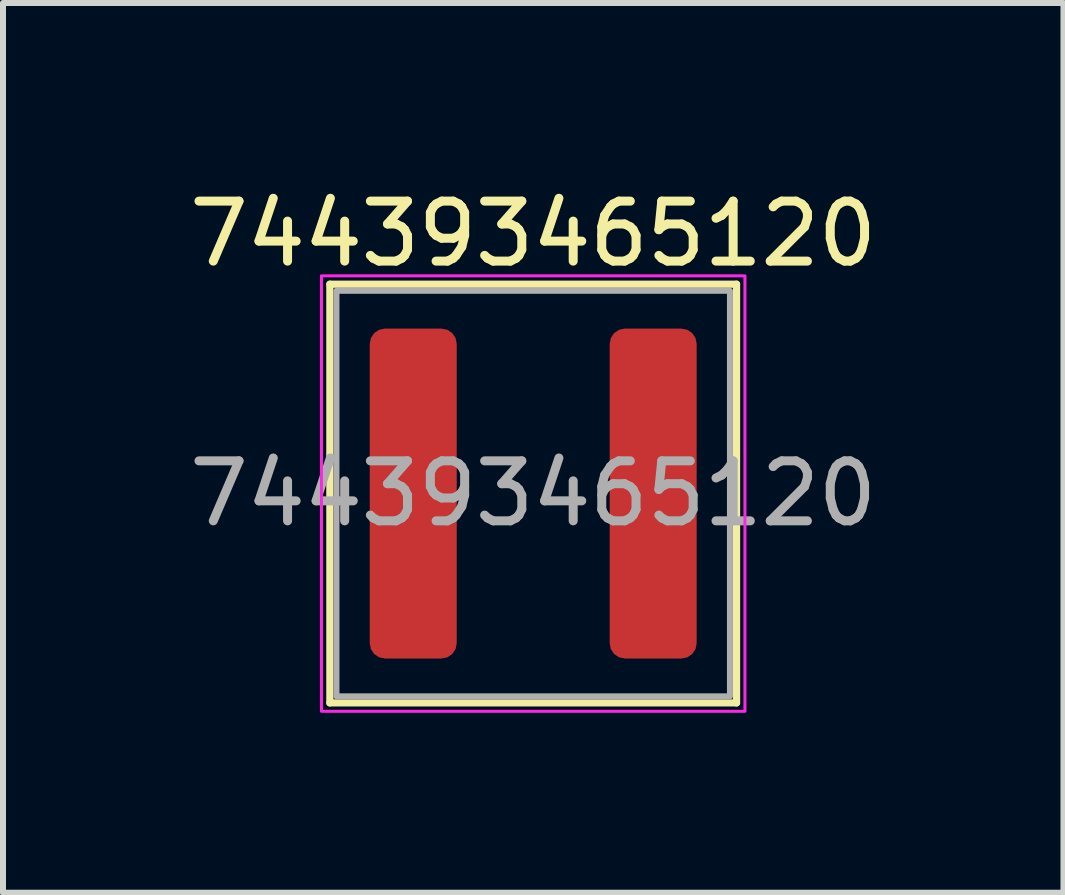
<source format=kicad_pcb>
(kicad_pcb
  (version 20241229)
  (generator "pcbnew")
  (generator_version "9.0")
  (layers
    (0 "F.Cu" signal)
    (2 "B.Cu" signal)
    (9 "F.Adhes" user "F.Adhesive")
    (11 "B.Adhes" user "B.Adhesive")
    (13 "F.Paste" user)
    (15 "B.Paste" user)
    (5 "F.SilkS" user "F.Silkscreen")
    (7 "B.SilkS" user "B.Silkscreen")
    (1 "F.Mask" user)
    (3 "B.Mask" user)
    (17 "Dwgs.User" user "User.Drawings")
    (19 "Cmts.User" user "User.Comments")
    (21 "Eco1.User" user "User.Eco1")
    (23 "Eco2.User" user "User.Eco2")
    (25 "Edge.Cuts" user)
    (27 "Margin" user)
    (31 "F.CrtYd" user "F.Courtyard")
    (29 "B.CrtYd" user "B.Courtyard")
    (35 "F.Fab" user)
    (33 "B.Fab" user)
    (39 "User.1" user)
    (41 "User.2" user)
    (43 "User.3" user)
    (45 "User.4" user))
  (footprint "744393465120"
    (layer "F.Cu")
    (at 5.839 5.178)
    (property "Reference" "744393465120" (at 0 -4.33 0) (layer "F.SilkS") (effects (font (size 1 1) (thickness 0.15))))
    (attr smd)
    (fp_line (start -3.39 -3.49) (end 3.39 -3.49) (stroke (width 0.12) (type solid)) (layer "F.SilkS"))
    (fp_line (start -3.39 3.49) (end -3.39 -3.49) (stroke (width 0.12) (type solid)) (layer "F.SilkS"))
    (fp_line (start 3.39 -3.49) (end 3.39 3.49) (stroke (width 0.12) (type solid)) (layer "F.SilkS"))
    (fp_line (start 3.39 3.49) (end -3.39 3.49) (stroke (width 0.12) (type solid)) (layer "F.SilkS"))
    (fp_rect (start -3.53 -3.63) (end 3.53 3.63) (stroke (width 0.05) (type solid)) (fill no) (layer "F.CrtYd"))
    (fp_rect (start -3.28 -3.38) (end 3.28 3.38) (stroke (width 0.1) (type solid)) (fill no) (layer "F.Fab"))
    (fp_text user "${REFERENCE}" (at 0 0 0) (layer "F.Fab") (effects (font (size 1 1) (thickness 0.15))))
    (pad "1" smd roundrect (at -2 0) (size 1.45 5.5) (layers "F.Cu" "F.Mask" "F.Paste") (roundrect_rratio 0.175))
    (pad "2" smd roundrect (at 2 0) (size 1.45 5.5) (layers "F.Cu" "F.Mask" "F.Paste") (roundrect_rratio 0.175)))
  (gr_rect
    (start -3 -3)
    (end 14.679 11.833)
    (stroke (width 0.1) (type default))
    (fill no)
    (layer "Edge.Cuts")))
</source>
